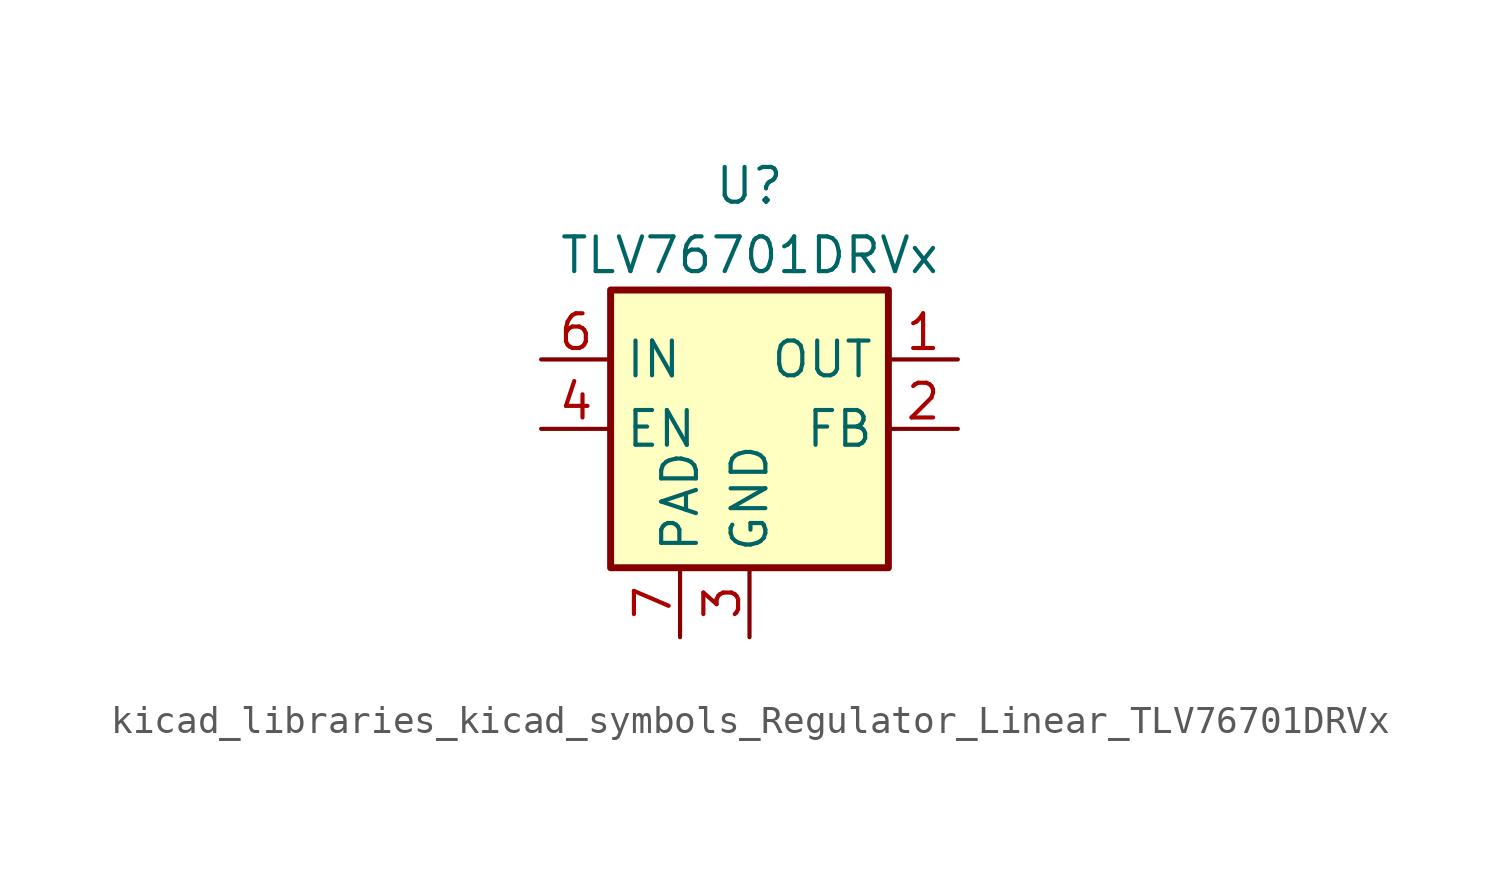
<source format=kicad_sym>
(kicad_symbol_lib
  (version 20220914)
  (generator kicad_symbol_editor)
  (symbol "kicad_libraries_kicad_symbols_Regulator_Linear_TLV76701DRVx"
    (property "Reference" "U"
      (at 0 8.89 0)
      (effects (font (size 1.27 1.27))))
    (property "Value" "TLV76701DRVx"
      (at 0 6.35 0)
      (effects (font (size 1.27 1.27))))
    (symbol "kicad_libraries_kicad_symbols_Regulator_Linear_TLV76701DRVx_0_1"
      (rectangle (start -5.08 -5.08) (end 5.08 5.08) (stroke (width 0.254) (type default)) (fill (type background))))
    (symbol "kicad_libraries_kicad_symbols_Regulator_Linear_TLV76701DRVx_1_1"
      (pin power_out line (at 7.62 2.54 180) (length 2.54) (name "OUT" (effects (font (size 1.27 1.27)))) (number "1" (effects (font (size 1.27 1.27)))))
      (pin input line (at 7.62 0 180) (length 2.54) (name "FB" (effects (font (size 1.27 1.27)))) (number "2" (effects (font (size 1.27 1.27)))))
      (pin power_in line (at 0 -7.62 90) (length 2.54) (name "GND" (effects (font (size 1.27 1.27)))) (number "3" (effects (font (size 1.27 1.27)))))
      (pin input line (at -7.62 0 0) (length 2.54) (name "EN" (effects (font (size 1.27 1.27)))) (number "4" (effects (font (size 1.27 1.27)))))
      (pin passive line (at 0 -7.62 90) (length 2.54) hide (name "GND" (effects (font (size 1.27 1.27)))) (number "5" (effects (font (size 1.27 1.27)))))
      (pin power_in line (at -7.62 2.54 0) (length 2.54) (name "IN" (effects (font (size 1.27 1.27)))) (number "6" (effects (font (size 1.27 1.27)))))
      (pin passive line (at -2.54 -7.62 90) (length 2.54) (name "PAD" (effects (font (size 1.27 1.27)))) (number "7" (effects (font (size 1.27 1.27))))))))
</source>
